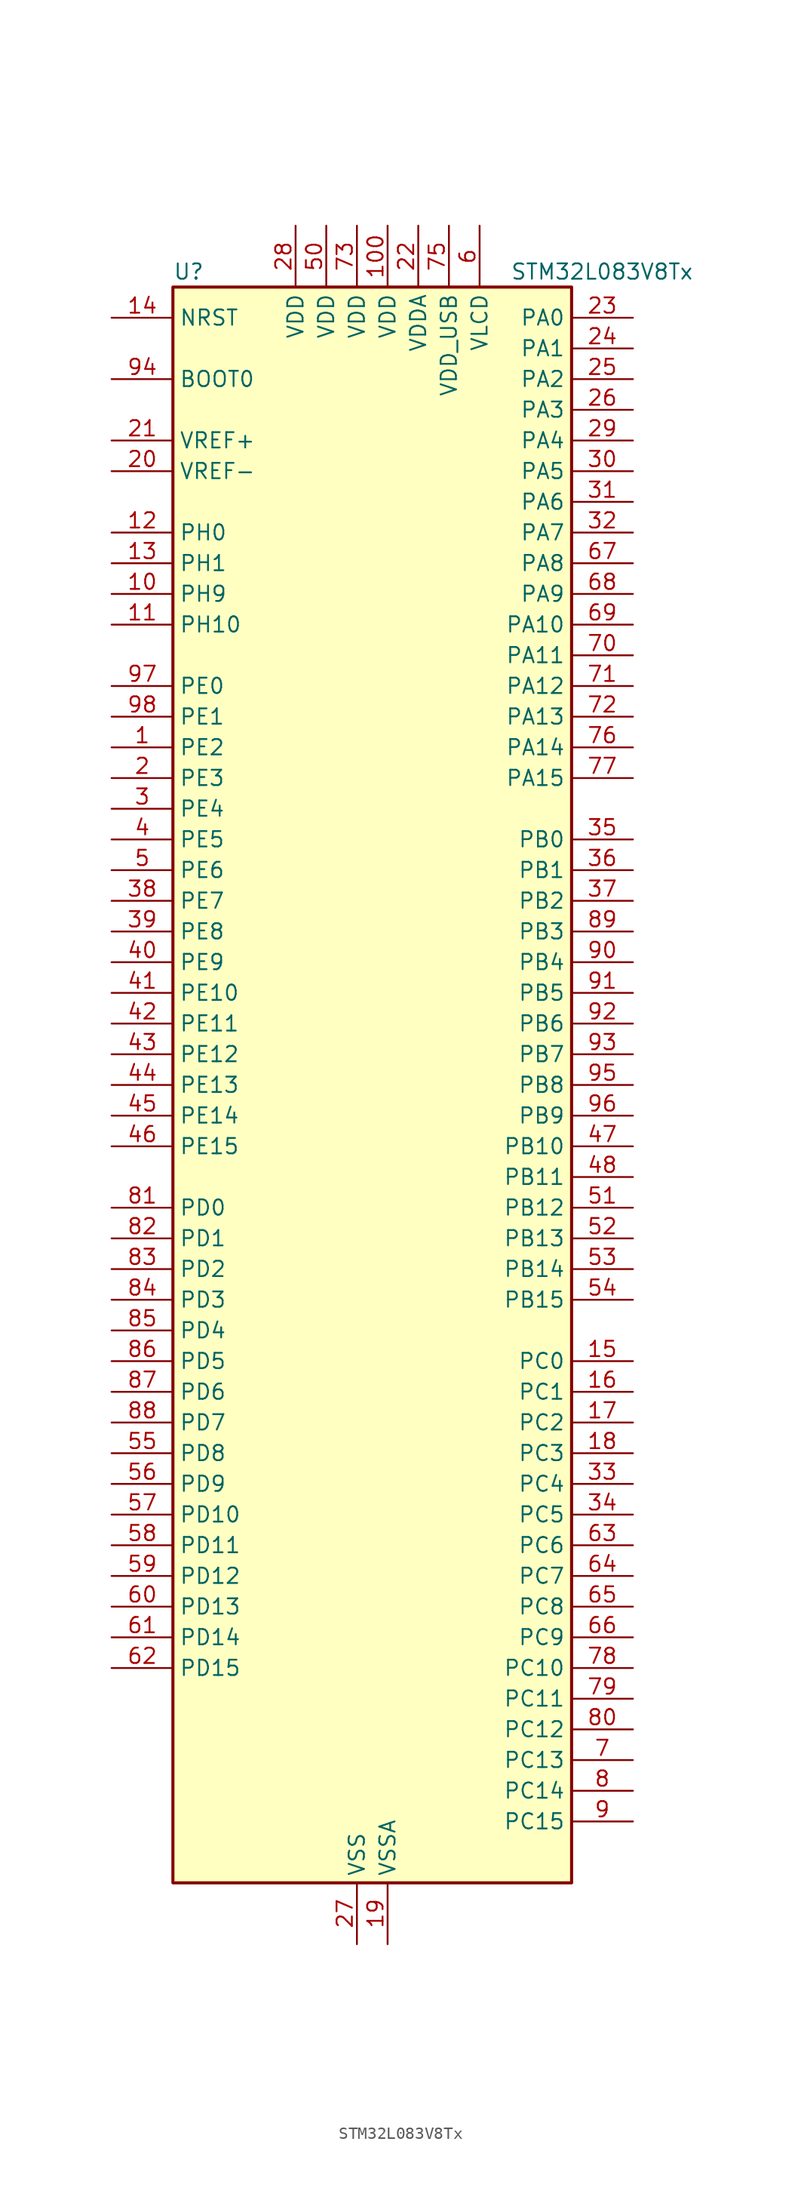
<source format=kicad_sym>
(kicad_symbol_lib
  (version 20231120)
  (generator "kicad_symbol_editor")
  (generator_version "8.0")
  (symbol "STM32L083V8Tx"
    (property "Reference" "U"
      (at -15.24 67.31 0)
      (effects (font (size 1.27 1.27)) (justify left)))
    (property "Value" "STM32L083V8Tx"
      (at 12.7 67.31 0)
      (effects (font (size 1.27 1.27)) (justify left)))
    (property "ki_locked" ""
      (at 0 0 0)
      (effects (font (size 1.27 1.27))))
    (symbol "STM32L083V8Tx_0_1"
      (rectangle (start -15.24 -66.04) (end 17.78 66.04) (stroke (width 0.254) (type default)) (fill (type background))))
    (symbol "STM32L083V8Tx_1_1"
      (pin bidirectional line (at -20.32 27.94 0) (length 5.08) (name "PE2" (effects (font (size 1.27 1.27)))) (number "1" (effects (font (size 1.27 1.27)))) (alternate "LCD_SEG38" bidirectional line) (alternate "TIM3_ETR" bidirectional line))
      (pin bidirectional line (at -20.32 40.64 0) (length 5.08) (name "PH9" (effects (font (size 1.27 1.27)))) (number "10" (effects (font (size 1.27 1.27)))) (alternate "DAC_EXTI9" bidirectional line))
      (pin power_in line (at 2.54 71.12 270) (length 5.08) (name "VDD" (effects (font (size 1.27 1.27)))) (number "100" (effects (font (size 1.27 1.27)))))
      (pin bidirectional line (at -20.32 38.1 0) (length 5.08) (name "PH10" (effects (font (size 1.27 1.27)))) (number "11" (effects (font (size 1.27 1.27)))))
      (pin bidirectional line (at -20.32 45.72 0) (length 5.08) (name "PH0" (effects (font (size 1.27 1.27)))) (number "12" (effects (font (size 1.27 1.27)))) (alternate "CRS_SYNC" bidirectional line) (alternate "RCC_OSC_IN" bidirectional line))
      (pin bidirectional line (at -20.32 43.18 0) (length 5.08) (name "PH1" (effects (font (size 1.27 1.27)))) (number "13" (effects (font (size 1.27 1.27)))) (alternate "RCC_OSC_OUT" bidirectional line))
      (pin input line (at -20.32 63.5 0) (length 5.08) (name "NRST" (effects (font (size 1.27 1.27)))) (number "14" (effects (font (size 1.27 1.27)))))
      (pin bidirectional line (at 22.86 -22.86 180) (length 5.08) (name "PC0" (effects (font (size 1.27 1.27)))) (number "15" (effects (font (size 1.27 1.27)))) (alternate "ADC_IN10" bidirectional line) (alternate "I2C3_SCL" bidirectional line) (alternate "LCD_SEG18" bidirectional line) (alternate "LPTIM1_IN1" bidirectional line) (alternate "LPUART1_RX" bidirectional line) (alternate "TSC_G7_IO1" bidirectional line))
      (pin bidirectional line (at 22.86 -25.4 180) (length 5.08) (name "PC1" (effects (font (size 1.27 1.27)))) (number "16" (effects (font (size 1.27 1.27)))) (alternate "ADC_IN11" bidirectional line) (alternate "I2C3_SDA" bidirectional line) (alternate "LCD_SEG19" bidirectional line) (alternate "LPTIM1_OUT" bidirectional line) (alternate "LPUART1_TX" bidirectional line) (alternate "TSC_G7_IO2" bidirectional line))
      (pin bidirectional line (at 22.86 -27.94 180) (length 5.08) (name "PC2" (effects (font (size 1.27 1.27)))) (number "17" (effects (font (size 1.27 1.27)))) (alternate "ADC_IN12" bidirectional line) (alternate "I2S2_MCK" bidirectional line) (alternate "LCD_SEG20" bidirectional line) (alternate "LPTIM1_IN2" bidirectional line) (alternate "SPI2_MISO" bidirectional line) (alternate "TSC_G7_IO3" bidirectional line))
      (pin bidirectional line (at 22.86 -30.48 180) (length 5.08) (name "PC3" (effects (font (size 1.27 1.27)))) (number "18" (effects (font (size 1.27 1.27)))) (alternate "ADC_IN13" bidirectional line) (alternate "I2S2_SD" bidirectional line) (alternate "LCD_SEG21" bidirectional line) (alternate "LPTIM1_ETR" bidirectional line) (alternate "SPI2_MOSI" bidirectional line) (alternate "TSC_G7_IO4" bidirectional line))
      (pin power_in line (at 2.54 -71.12 90) (length 5.08) (name "VSSA" (effects (font (size 1.27 1.27)))) (number "19" (effects (font (size 1.27 1.27)))))
      (pin bidirectional line (at -20.32 25.4 0) (length 5.08) (name "PE3" (effects (font (size 1.27 1.27)))) (number "2" (effects (font (size 1.27 1.27)))) (alternate "LCD_SEG39" bidirectional line) (alternate "TIM22_CH1" bidirectional line) (alternate "TIM3_CH1" bidirectional line))
      (pin input line (at -20.32 50.8 0) (length 5.08) (name "VREF-" (effects (font (size 1.27 1.27)))) (number "20" (effects (font (size 1.27 1.27)))))
      (pin input line (at -20.32 53.34 0) (length 5.08) (name "VREF+" (effects (font (size 1.27 1.27)))) (number "21" (effects (font (size 1.27 1.27)))))
      (pin power_in line (at 5.08 71.12 270) (length 5.08) (name "VDDA" (effects (font (size 1.27 1.27)))) (number "22" (effects (font (size 1.27 1.27)))))
      (pin bidirectional line (at 22.86 63.5 180) (length 5.08) (name "PA0" (effects (font (size 1.27 1.27)))) (number "23" (effects (font (size 1.27 1.27)))) (alternate "ADC_IN0" bidirectional line) (alternate "COMP1_INM" bidirectional line) (alternate "COMP1_OUT" bidirectional line) (alternate "RTC_TAMP2" bidirectional line) (alternate "SYS_WKUP1" bidirectional line) (alternate "TIM2_CH1" bidirectional line) (alternate "TIM2_ETR" bidirectional line) (alternate "TSC_G1_IO1" bidirectional line) (alternate "USART2_CTS" bidirectional line) (alternate "USART4_TX" bidirectional line))
      (pin bidirectional line (at 22.86 60.96 180) (length 5.08) (name "PA1" (effects (font (size 1.27 1.27)))) (number "24" (effects (font (size 1.27 1.27)))) (alternate "ADC_IN1" bidirectional line) (alternate "COMP1_INP" bidirectional line) (alternate "LCD_SEG0" bidirectional line) (alternate "TIM21_ETR" bidirectional line) (alternate "TIM2_CH2" bidirectional line) (alternate "TSC_G1_IO2" bidirectional line) (alternate "USART2_DE" bidirectional line) (alternate "USART2_RTS" bidirectional line) (alternate "USART4_RX" bidirectional line))
      (pin bidirectional line (at 22.86 58.42 180) (length 5.08) (name "PA2" (effects (font (size 1.27 1.27)))) (number "25" (effects (font (size 1.27 1.27)))) (alternate "ADC_IN2" bidirectional line) (alternate "COMP2_INM" bidirectional line) (alternate "COMP2_OUT" bidirectional line) (alternate "LCD_SEG1" bidirectional line) (alternate "LPUART1_TX" bidirectional line) (alternate "TIM21_CH1" bidirectional line) (alternate "TIM2_CH3" bidirectional line) (alternate "TSC_G1_IO3" bidirectional line) (alternate "USART2_TX" bidirectional line))
      (pin bidirectional line (at 22.86 55.88 180) (length 5.08) (name "PA3" (effects (font (size 1.27 1.27)))) (number "26" (effects (font (size 1.27 1.27)))) (alternate "ADC_IN3" bidirectional line) (alternate "COMP2_INP" bidirectional line) (alternate "LCD_SEG2" bidirectional line) (alternate "LPUART1_RX" bidirectional line) (alternate "TIM21_CH2" bidirectional line) (alternate "TIM2_CH4" bidirectional line) (alternate "TSC_G1_IO4" bidirectional line) (alternate "USART2_RX" bidirectional line))
      (pin power_in line (at 0 -71.12 90) (length 5.08) (name "VSS" (effects (font (size 1.27 1.27)))) (number "27" (effects (font (size 1.27 1.27)))))
      (pin power_in line (at -5.08 71.12 270) (length 5.08) (name "VDD" (effects (font (size 1.27 1.27)))) (number "28" (effects (font (size 1.27 1.27)))))
      (pin bidirectional line (at 22.86 53.34 180) (length 5.08) (name "PA4" (effects (font (size 1.27 1.27)))) (number "29" (effects (font (size 1.27 1.27)))) (alternate "ADC_IN4" bidirectional line) (alternate "COMP1_INM" bidirectional line) (alternate "COMP2_INM" bidirectional line) (alternate "DAC_OUT1" bidirectional line) (alternate "SPI1_NSS" bidirectional line) (alternate "TIM22_ETR" bidirectional line) (alternate "TSC_G2_IO1" bidirectional line) (alternate "USART2_CK" bidirectional line))
      (pin bidirectional line (at -20.32 22.86 0) (length 5.08) (name "PE4" (effects (font (size 1.27 1.27)))) (number "3" (effects (font (size 1.27 1.27)))) (alternate "TIM22_CH2" bidirectional line) (alternate "TIM3_CH2" bidirectional line))
      (pin bidirectional line (at 22.86 50.8 180) (length 5.08) (name "PA5" (effects (font (size 1.27 1.27)))) (number "30" (effects (font (size 1.27 1.27)))) (alternate "ADC_IN5" bidirectional line) (alternate "COMP1_INM" bidirectional line) (alternate "COMP2_INM" bidirectional line) (alternate "DAC_OUT2" bidirectional line) (alternate "SPI1_SCK" bidirectional line) (alternate "TIM2_CH1" bidirectional line) (alternate "TIM2_ETR" bidirectional line) (alternate "TSC_G2_IO2" bidirectional line))
      (pin bidirectional line (at 22.86 48.26 180) (length 5.08) (name "PA6" (effects (font (size 1.27 1.27)))) (number "31" (effects (font (size 1.27 1.27)))) (alternate "ADC_IN6" bidirectional line) (alternate "COMP1_OUT" bidirectional line) (alternate "LCD_SEG3" bidirectional line) (alternate "LPUART1_CTS" bidirectional line) (alternate "SPI1_MISO" bidirectional line) (alternate "TIM22_CH1" bidirectional line) (alternate "TIM3_CH1" bidirectional line) (alternate "TSC_G2_IO3" bidirectional line))
      (pin bidirectional line (at 22.86 45.72 180) (length 5.08) (name "PA7" (effects (font (size 1.27 1.27)))) (number "32" (effects (font (size 1.27 1.27)))) (alternate "ADC_IN7" bidirectional line) (alternate "COMP2_OUT" bidirectional line) (alternate "LCD_SEG4" bidirectional line) (alternate "SPI1_MOSI" bidirectional line) (alternate "TIM22_CH2" bidirectional line) (alternate "TIM3_CH2" bidirectional line) (alternate "TSC_G2_IO4" bidirectional line))
      (pin bidirectional line (at 22.86 -33.02 180) (length 5.08) (name "PC4" (effects (font (size 1.27 1.27)))) (number "33" (effects (font (size 1.27 1.27)))) (alternate "ADC_IN14" bidirectional line) (alternate "LCD_SEG22" bidirectional line) (alternate "LPUART1_TX" bidirectional line))
      (pin bidirectional line (at 22.86 -35.56 180) (length 5.08) (name "PC5" (effects (font (size 1.27 1.27)))) (number "34" (effects (font (size 1.27 1.27)))) (alternate "ADC_IN15" bidirectional line) (alternate "LCD_SEG23" bidirectional line) (alternate "LPUART1_RX" bidirectional line) (alternate "TSC_G3_IO1" bidirectional line))
      (pin bidirectional line (at 22.86 20.32 180) (length 5.08) (name "PB0" (effects (font (size 1.27 1.27)))) (number "35" (effects (font (size 1.27 1.27)))) (alternate "ADC_IN8" bidirectional line) (alternate "LCD_SEG5" bidirectional line) (alternate "LCD_VLCD3" bidirectional line) (alternate "SYS_VREF_OUT_PB0" bidirectional line) (alternate "TIM3_CH3" bidirectional line) (alternate "TSC_G3_IO2" bidirectional line))
      (pin bidirectional line (at 22.86 17.78 180) (length 5.08) (name "PB1" (effects (font (size 1.27 1.27)))) (number "36" (effects (font (size 1.27 1.27)))) (alternate "ADC_IN9" bidirectional line) (alternate "LCD_SEG6" bidirectional line) (alternate "LPUART1_DE" bidirectional line) (alternate "LPUART1_RTS" bidirectional line) (alternate "SYS_VREF_OUT_PB1" bidirectional line) (alternate "TIM3_CH4" bidirectional line) (alternate "TSC_G3_IO3" bidirectional line))
      (pin bidirectional line (at 22.86 15.24 180) (length 5.08) (name "PB2" (effects (font (size 1.27 1.27)))) (number "37" (effects (font (size 1.27 1.27)))) (alternate "I2C3_SMBA" bidirectional line) (alternate "LCD_VLCD2" bidirectional line) (alternate "LPTIM1_OUT" bidirectional line) (alternate "TSC_G3_IO4" bidirectional line))
      (pin bidirectional line (at -20.32 15.24 0) (length 5.08) (name "PE7" (effects (font (size 1.27 1.27)))) (number "38" (effects (font (size 1.27 1.27)))) (alternate "LCD_SEG45" bidirectional line) (alternate "USART5_CK" bidirectional line) (alternate "USART5_DE" bidirectional line) (alternate "USART5_RTS" bidirectional line))
      (pin bidirectional line (at -20.32 12.7 0) (length 5.08) (name "PE8" (effects (font (size 1.27 1.27)))) (number "39" (effects (font (size 1.27 1.27)))) (alternate "LCD_SEG46" bidirectional line) (alternate "USART4_TX" bidirectional line))
      (pin bidirectional line (at -20.32 20.32 0) (length 5.08) (name "PE5" (effects (font (size 1.27 1.27)))) (number "4" (effects (font (size 1.27 1.27)))) (alternate "TIM21_CH1" bidirectional line) (alternate "TIM3_CH3" bidirectional line))
      (pin bidirectional line (at -20.32 10.16 0) (length 5.08) (name "PE9" (effects (font (size 1.27 1.27)))) (number "40" (effects (font (size 1.27 1.27)))) (alternate "DAC_EXTI9" bidirectional line) (alternate "LCD_SEG47" bidirectional line) (alternate "TIM2_CH1" bidirectional line) (alternate "TIM2_ETR" bidirectional line) (alternate "USART4_RX" bidirectional line))
      (pin bidirectional line (at -20.32 7.62 0) (length 5.08) (name "PE10" (effects (font (size 1.27 1.27)))) (number "41" (effects (font (size 1.27 1.27)))) (alternate "LCD_SEG40" bidirectional line) (alternate "TIM2_CH2" bidirectional line) (alternate "USART5_TX" bidirectional line))
      (pin bidirectional line (at -20.32 5.08 0) (length 5.08) (name "PE11" (effects (font (size 1.27 1.27)))) (number "42" (effects (font (size 1.27 1.27)))) (alternate "ADC_EXTI11" bidirectional line) (alternate "LCD_VLCD1" bidirectional line) (alternate "TIM2_CH3" bidirectional line) (alternate "USART5_RX" bidirectional line))
      (pin bidirectional line (at -20.32 2.54 0) (length 5.08) (name "PE12" (effects (font (size 1.27 1.27)))) (number "43" (effects (font (size 1.27 1.27)))) (alternate "LCD_VLCD3" bidirectional line) (alternate "SPI1_NSS" bidirectional line) (alternate "TIM2_CH4" bidirectional line))
      (pin bidirectional line (at -20.32 0 0) (length 5.08) (name "PE13" (effects (font (size 1.27 1.27)))) (number "44" (effects (font (size 1.27 1.27)))) (alternate "LCD_SEG41" bidirectional line) (alternate "SPI1_SCK" bidirectional line))
      (pin bidirectional line (at -20.32 -2.54 0) (length 5.08) (name "PE14" (effects (font (size 1.27 1.27)))) (number "45" (effects (font (size 1.27 1.27)))) (alternate "LCD_SEG42" bidirectional line) (alternate "SPI1_MISO" bidirectional line))
      (pin bidirectional line (at -20.32 -5.08 0) (length 5.08) (name "PE15" (effects (font (size 1.27 1.27)))) (number "46" (effects (font (size 1.27 1.27)))) (alternate "LCD_SEG43" bidirectional line) (alternate "SPI1_MOSI" bidirectional line))
      (pin bidirectional line (at 22.86 -5.08 180) (length 5.08) (name "PB10" (effects (font (size 1.27 1.27)))) (number "47" (effects (font (size 1.27 1.27)))) (alternate "I2C2_SCL" bidirectional line) (alternate "LCD_SEG10" bidirectional line) (alternate "LPUART1_RX" bidirectional line) (alternate "LPUART1_TX" bidirectional line) (alternate "SPI2_SCK" bidirectional line) (alternate "TIM2_CH3" bidirectional line) (alternate "TSC_SYNC" bidirectional line))
      (pin bidirectional line (at 22.86 -7.62 180) (length 5.08) (name "PB11" (effects (font (size 1.27 1.27)))) (number "48" (effects (font (size 1.27 1.27)))) (alternate "ADC_EXTI11" bidirectional line) (alternate "I2C2_SDA" bidirectional line) (alternate "LCD_SEG11" bidirectional line) (alternate "LPUART1_RX" bidirectional line) (alternate "LPUART1_TX" bidirectional line) (alternate "TIM2_CH4" bidirectional line) (alternate "TSC_G6_IO1" bidirectional line))
      (pin passive line (at 0 -71.12 90) (length 5.08) hide (name "VSS" (effects (font (size 1.27 1.27)))) (number "49" (effects (font (size 1.27 1.27)))))
      (pin bidirectional line (at -20.32 17.78 0) (length 5.08) (name "PE6" (effects (font (size 1.27 1.27)))) (number "5" (effects (font (size 1.27 1.27)))) (alternate "RTC_TAMP3" bidirectional line) (alternate "SYS_WKUP3" bidirectional line) (alternate "TIM21_CH2" bidirectional line) (alternate "TIM3_CH4" bidirectional line))
      (pin power_in line (at -2.54 71.12 270) (length 5.08) (name "VDD" (effects (font (size 1.27 1.27)))) (number "50" (effects (font (size 1.27 1.27)))))
      (pin bidirectional line (at 22.86 -10.16 180) (length 5.08) (name "PB12" (effects (font (size 1.27 1.27)))) (number "51" (effects (font (size 1.27 1.27)))) (alternate "I2S2_WS" bidirectional line) (alternate "LCD_SEG12" bidirectional line) (alternate "LCD_VLCD2" bidirectional line) (alternate "LPUART1_DE" bidirectional line) (alternate "LPUART1_RTS" bidirectional line) (alternate "SPI2_NSS" bidirectional line) (alternate "TSC_G6_IO2" bidirectional line))
      (pin bidirectional line (at 22.86 -12.7 180) (length 5.08) (name "PB13" (effects (font (size 1.27 1.27)))) (number "52" (effects (font (size 1.27 1.27)))) (alternate "I2C2_SCL" bidirectional line) (alternate "I2S2_CK" bidirectional line) (alternate "LCD_SEG13" bidirectional line) (alternate "LPUART1_CTS" bidirectional line) (alternate "RCC_MCO" bidirectional line) (alternate "SPI2_SCK" bidirectional line) (alternate "TIM21_CH1" bidirectional line) (alternate "TSC_G6_IO3" bidirectional line))
      (pin bidirectional line (at 22.86 -15.24 180) (length 5.08) (name "PB14" (effects (font (size 1.27 1.27)))) (number "53" (effects (font (size 1.27 1.27)))) (alternate "I2C2_SDA" bidirectional line) (alternate "I2S2_MCK" bidirectional line) (alternate "LCD_SEG14" bidirectional line) (alternate "LPUART1_DE" bidirectional line) (alternate "LPUART1_RTS" bidirectional line) (alternate "RTC_OUT_ALARM" bidirectional line) (alternate "RTC_OUT_CALIB" bidirectional line) (alternate "SPI2_MISO" bidirectional line) (alternate "TIM21_CH2" bidirectional line) (alternate "TSC_G6_IO4" bidirectional line))
      (pin bidirectional line (at 22.86 -17.78 180) (length 5.08) (name "PB15" (effects (font (size 1.27 1.27)))) (number "54" (effects (font (size 1.27 1.27)))) (alternate "I2S2_SD" bidirectional line) (alternate "LCD_SEG15" bidirectional line) (alternate "RTC_REFIN" bidirectional line) (alternate "SPI2_MOSI" bidirectional line))
      (pin bidirectional line (at -20.32 -30.48 0) (length 5.08) (name "PD8" (effects (font (size 1.27 1.27)))) (number "55" (effects (font (size 1.27 1.27)))) (alternate "LCD_SEG28" bidirectional line) (alternate "LPUART1_TX" bidirectional line))
      (pin bidirectional line (at -20.32 -33.02 0) (length 5.08) (name "PD9" (effects (font (size 1.27 1.27)))) (number "56" (effects (font (size 1.27 1.27)))) (alternate "DAC_EXTI9" bidirectional line) (alternate "LCD_SEG29" bidirectional line) (alternate "LPUART1_RX" bidirectional line))
      (pin bidirectional line (at -20.32 -35.56 0) (length 5.08) (name "PD10" (effects (font (size 1.27 1.27)))) (number "57" (effects (font (size 1.27 1.27)))) (alternate "LCD_SEG30" bidirectional line))
      (pin bidirectional line (at -20.32 -38.1 0) (length 5.08) (name "PD11" (effects (font (size 1.27 1.27)))) (number "58" (effects (font (size 1.27 1.27)))) (alternate "ADC_EXTI11" bidirectional line) (alternate "LCD_SEG31" bidirectional line) (alternate "LPUART1_CTS" bidirectional line))
      (pin bidirectional line (at -20.32 -40.64 0) (length 5.08) (name "PD12" (effects (font (size 1.27 1.27)))) (number "59" (effects (font (size 1.27 1.27)))) (alternate "LCD_SEG32" bidirectional line) (alternate "LPUART1_DE" bidirectional line) (alternate "LPUART1_RTS" bidirectional line))
      (pin power_in line (at 10.16 71.12 270) (length 5.08) (name "VLCD" (effects (font (size 1.27 1.27)))) (number "6" (effects (font (size 1.27 1.27)))))
      (pin bidirectional line (at -20.32 -43.18 0) (length 5.08) (name "PD13" (effects (font (size 1.27 1.27)))) (number "60" (effects (font (size 1.27 1.27)))) (alternate "LCD_SEG33" bidirectional line))
      (pin bidirectional line (at -20.32 -45.72 0) (length 5.08) (name "PD14" (effects (font (size 1.27 1.27)))) (number "61" (effects (font (size 1.27 1.27)))) (alternate "LCD_SEG34" bidirectional line))
      (pin bidirectional line (at -20.32 -48.26 0) (length 5.08) (name "PD15" (effects (font (size 1.27 1.27)))) (number "62" (effects (font (size 1.27 1.27)))) (alternate "CRS_SYNC" bidirectional line) (alternate "LCD_SEG35" bidirectional line))
      (pin bidirectional line (at 22.86 -38.1 180) (length 5.08) (name "PC6" (effects (font (size 1.27 1.27)))) (number "63" (effects (font (size 1.27 1.27)))) (alternate "LCD_SEG24" bidirectional line) (alternate "TIM22_CH1" bidirectional line) (alternate "TIM3_CH1" bidirectional line) (alternate "TSC_G8_IO1" bidirectional line))
      (pin bidirectional line (at 22.86 -40.64 180) (length 5.08) (name "PC7" (effects (font (size 1.27 1.27)))) (number "64" (effects (font (size 1.27 1.27)))) (alternate "LCD_SEG25" bidirectional line) (alternate "TIM22_CH2" bidirectional line) (alternate "TIM3_CH2" bidirectional line) (alternate "TSC_G8_IO2" bidirectional line))
      (pin bidirectional line (at 22.86 -43.18 180) (length 5.08) (name "PC8" (effects (font (size 1.27 1.27)))) (number "65" (effects (font (size 1.27 1.27)))) (alternate "LCD_SEG26" bidirectional line) (alternate "TIM22_ETR" bidirectional line) (alternate "TIM3_CH3" bidirectional line) (alternate "TSC_G8_IO3" bidirectional line))
      (pin bidirectional line (at 22.86 -45.72 180) (length 5.08) (name "PC9" (effects (font (size 1.27 1.27)))) (number "66" (effects (font (size 1.27 1.27)))) (alternate "DAC_EXTI9" bidirectional line) (alternate "I2C3_SDA" bidirectional line) (alternate "LCD_SEG27" bidirectional line) (alternate "TIM21_ETR" bidirectional line) (alternate "TIM3_CH4" bidirectional line) (alternate "TSC_G8_IO4" bidirectional line) (alternate "USB_NOE" bidirectional line))
      (pin bidirectional line (at 22.86 43.18 180) (length 5.08) (name "PA8" (effects (font (size 1.27 1.27)))) (number "67" (effects (font (size 1.27 1.27)))) (alternate "CRS_SYNC" bidirectional line) (alternate "I2C3_SCL" bidirectional line) (alternate "LCD_COM0" bidirectional line) (alternate "RCC_MCO" bidirectional line) (alternate "USART1_CK" bidirectional line))
      (pin bidirectional line (at 22.86 40.64 180) (length 5.08) (name "PA9" (effects (font (size 1.27 1.27)))) (number "68" (effects (font (size 1.27 1.27)))) (alternate "DAC_EXTI9" bidirectional line) (alternate "I2C1_SCL" bidirectional line) (alternate "I2C3_SMBA" bidirectional line) (alternate "LCD_COM1" bidirectional line) (alternate "RCC_MCO" bidirectional line) (alternate "TSC_G4_IO1" bidirectional line) (alternate "USART1_TX" bidirectional line))
      (pin bidirectional line (at 22.86 38.1 180) (length 5.08) (name "PA10" (effects (font (size 1.27 1.27)))) (number "69" (effects (font (size 1.27 1.27)))) (alternate "I2C1_SDA" bidirectional line) (alternate "LCD_COM2" bidirectional line) (alternate "TSC_G4_IO2" bidirectional line) (alternate "USART1_RX" bidirectional line))
      (pin bidirectional line (at 22.86 -55.88 180) (length 5.08) (name "PC13" (effects (font (size 1.27 1.27)))) (number "7" (effects (font (size 1.27 1.27)))) (alternate "RTC_OUT_ALARM" bidirectional line) (alternate "RTC_OUT_CALIB" bidirectional line) (alternate "RTC_TAMP1" bidirectional line) (alternate "RTC_TS" bidirectional line) (alternate "SYS_WKUP2" bidirectional line))
      (pin bidirectional line (at 22.86 35.56 180) (length 5.08) (name "PA11" (effects (font (size 1.27 1.27)))) (number "70" (effects (font (size 1.27 1.27)))) (alternate "ADC_EXTI11" bidirectional line) (alternate "COMP1_OUT" bidirectional line) (alternate "SPI1_MISO" bidirectional line) (alternate "TSC_G4_IO3" bidirectional line) (alternate "USART1_CTS" bidirectional line) (alternate "USB_DM" bidirectional line))
      (pin bidirectional line (at 22.86 33.02 180) (length 5.08) (name "PA12" (effects (font (size 1.27 1.27)))) (number "71" (effects (font (size 1.27 1.27)))) (alternate "COMP2_OUT" bidirectional line) (alternate "SPI1_MOSI" bidirectional line) (alternate "TSC_G4_IO4" bidirectional line) (alternate "USART1_DE" bidirectional line) (alternate "USART1_RTS" bidirectional line) (alternate "USB_DP" bidirectional line))
      (pin bidirectional line (at 22.86 30.48 180) (length 5.08) (name "PA13" (effects (font (size 1.27 1.27)))) (number "72" (effects (font (size 1.27 1.27)))) (alternate "LPUART1_RX" bidirectional line) (alternate "SYS_SWDIO" bidirectional line) (alternate "USB_NOE" bidirectional line))
      (pin power_in line (at 0 71.12 270) (length 5.08) (name "VDD" (effects (font (size 1.27 1.27)))) (number "73" (effects (font (size 1.27 1.27)))))
      (pin passive line (at 0 -71.12 90) (length 5.08) hide (name "VSS" (effects (font (size 1.27 1.27)))) (number "74" (effects (font (size 1.27 1.27)))))
      (pin power_in line (at 7.62 71.12 270) (length 5.08) (name "VDD_USB" (effects (font (size 1.27 1.27)))) (number "75" (effects (font (size 1.27 1.27)))))
      (pin bidirectional line (at 22.86 27.94 180) (length 5.08) (name "PA14" (effects (font (size 1.27 1.27)))) (number "76" (effects (font (size 1.27 1.27)))) (alternate "LPUART1_TX" bidirectional line) (alternate "SYS_SWCLK" bidirectional line) (alternate "USART2_TX" bidirectional line))
      (pin bidirectional line (at 22.86 25.4 180) (length 5.08) (name "PA15" (effects (font (size 1.27 1.27)))) (number "77" (effects (font (size 1.27 1.27)))) (alternate "LCD_SEG17" bidirectional line) (alternate "SPI1_NSS" bidirectional line) (alternate "TIM2_CH1" bidirectional line) (alternate "TIM2_ETR" bidirectional line) (alternate "USART2_RX" bidirectional line) (alternate "USART4_DE" bidirectional line) (alternate "USART4_RTS" bidirectional line))
      (pin bidirectional line (at 22.86 -48.26 180) (length 5.08) (name "PC10" (effects (font (size 1.27 1.27)))) (number "78" (effects (font (size 1.27 1.27)))) (alternate "LCD_COM4" bidirectional line) (alternate "LCD_SEG28" bidirectional line) (alternate "LCD_SEG48" bidirectional line) (alternate "LPUART1_TX" bidirectional line) (alternate "USART4_TX" bidirectional line))
      (pin bidirectional line (at 22.86 -50.8 180) (length 5.08) (name "PC11" (effects (font (size 1.27 1.27)))) (number "79" (effects (font (size 1.27 1.27)))) (alternate "ADC_EXTI11" bidirectional line) (alternate "LCD_COM5" bidirectional line) (alternate "LCD_SEG29" bidirectional line) (alternate "LCD_SEG49" bidirectional line) (alternate "LPUART1_RX" bidirectional line) (alternate "USART4_RX" bidirectional line))
      (pin bidirectional line (at 22.86 -58.42 180) (length 5.08) (name "PC14" (effects (font (size 1.27 1.27)))) (number "8" (effects (font (size 1.27 1.27)))) (alternate "RCC_OSC32_IN" bidirectional line))
      (pin bidirectional line (at 22.86 -53.34 180) (length 5.08) (name "PC12" (effects (font (size 1.27 1.27)))) (number "80" (effects (font (size 1.27 1.27)))) (alternate "LCD_COM6" bidirectional line) (alternate "LCD_SEG30" bidirectional line) (alternate "LCD_SEG50" bidirectional line) (alternate "USART4_CK" bidirectional line) (alternate "USART5_TX" bidirectional line))
      (pin bidirectional line (at -20.32 -10.16 0) (length 5.08) (name "PD0" (effects (font (size 1.27 1.27)))) (number "81" (effects (font (size 1.27 1.27)))) (alternate "I2S2_WS" bidirectional line) (alternate "SPI2_NSS" bidirectional line) (alternate "TIM21_CH1" bidirectional line))
      (pin bidirectional line (at -20.32 -12.7 0) (length 5.08) (name "PD1" (effects (font (size 1.27 1.27)))) (number "82" (effects (font (size 1.27 1.27)))) (alternate "I2S2_CK" bidirectional line) (alternate "SPI2_SCK" bidirectional line))
      (pin bidirectional line (at -20.32 -15.24 0) (length 5.08) (name "PD2" (effects (font (size 1.27 1.27)))) (number "83" (effects (font (size 1.27 1.27)))) (alternate "LCD_COM7" bidirectional line) (alternate "LCD_SEG31" bidirectional line) (alternate "LCD_SEG51" bidirectional line) (alternate "LPUART1_DE" bidirectional line) (alternate "LPUART1_RTS" bidirectional line) (alternate "TIM3_ETR" bidirectional line) (alternate "USART5_RX" bidirectional line))
      (pin bidirectional line (at -20.32 -17.78 0) (length 5.08) (name "PD3" (effects (font (size 1.27 1.27)))) (number "84" (effects (font (size 1.27 1.27)))) (alternate "I2S2_MCK" bidirectional line) (alternate "LCD_SEG44" bidirectional line) (alternate "SPI2_MISO" bidirectional line) (alternate "USART2_CTS" bidirectional line))
      (pin bidirectional line (at -20.32 -20.32 0) (length 5.08) (name "PD4" (effects (font (size 1.27 1.27)))) (number "85" (effects (font (size 1.27 1.27)))) (alternate "I2S2_SD" bidirectional line) (alternate "SPI2_MOSI" bidirectional line) (alternate "USART2_DE" bidirectional line) (alternate "USART2_RTS" bidirectional line))
      (pin bidirectional line (at -20.32 -22.86 0) (length 5.08) (name "PD5" (effects (font (size 1.27 1.27)))) (number "86" (effects (font (size 1.27 1.27)))) (alternate "USART2_TX" bidirectional line))
      (pin bidirectional line (at -20.32 -25.4 0) (length 5.08) (name "PD6" (effects (font (size 1.27 1.27)))) (number "87" (effects (font (size 1.27 1.27)))) (alternate "USART2_RX" bidirectional line))
      (pin bidirectional line (at -20.32 -27.94 0) (length 5.08) (name "PD7" (effects (font (size 1.27 1.27)))) (number "88" (effects (font (size 1.27 1.27)))) (alternate "TIM21_CH2" bidirectional line) (alternate "USART2_CK" bidirectional line))
      (pin bidirectional line (at 22.86 12.7 180) (length 5.08) (name "PB3" (effects (font (size 1.27 1.27)))) (number "89" (effects (font (size 1.27 1.27)))) (alternate "COMP2_INM" bidirectional line) (alternate "LCD_SEG7" bidirectional line) (alternate "SPI1_SCK" bidirectional line) (alternate "TIM2_CH2" bidirectional line) (alternate "TSC_G5_IO1" bidirectional line) (alternate "USART1_DE" bidirectional line) (alternate "USART1_RTS" bidirectional line) (alternate "USART5_TX" bidirectional line))
      (pin bidirectional line (at 22.86 -60.96 180) (length 5.08) (name "PC15" (effects (font (size 1.27 1.27)))) (number "9" (effects (font (size 1.27 1.27)))) (alternate "RCC_OSC32_OUT" bidirectional line))
      (pin bidirectional line (at 22.86 10.16 180) (length 5.08) (name "PB4" (effects (font (size 1.27 1.27)))) (number "90" (effects (font (size 1.27 1.27)))) (alternate "COMP2_INP" bidirectional line) (alternate "I2C3_SDA" bidirectional line) (alternate "LCD_SEG8" bidirectional line) (alternate "SPI1_MISO" bidirectional line) (alternate "TIM22_CH1" bidirectional line) (alternate "TIM3_CH1" bidirectional line) (alternate "TSC_G5_IO2" bidirectional line) (alternate "USART1_CTS" bidirectional line) (alternate "USART5_RX" bidirectional line))
      (pin bidirectional line (at 22.86 7.62 180) (length 5.08) (name "PB5" (effects (font (size 1.27 1.27)))) (number "91" (effects (font (size 1.27 1.27)))) (alternate "COMP2_INP" bidirectional line) (alternate "I2C1_SMBA" bidirectional line) (alternate "LCD_SEG9" bidirectional line) (alternate "LPTIM1_IN1" bidirectional line) (alternate "SPI1_MOSI" bidirectional line) (alternate "TIM22_CH2" bidirectional line) (alternate "TIM3_CH2" bidirectional line) (alternate "USART1_CK" bidirectional line) (alternate "USART5_CK" bidirectional line) (alternate "USART5_DE" bidirectional line) (alternate "USART5_RTS" bidirectional line))
      (pin bidirectional line (at 22.86 5.08 180) (length 5.08) (name "PB6" (effects (font (size 1.27 1.27)))) (number "92" (effects (font (size 1.27 1.27)))) (alternate "COMP2_INP" bidirectional line) (alternate "I2C1_SCL" bidirectional line) (alternate "LPTIM1_ETR" bidirectional line) (alternate "TSC_G5_IO3" bidirectional line) (alternate "USART1_TX" bidirectional line))
      (pin bidirectional line (at 22.86 2.54 180) (length 5.08) (name "PB7" (effects (font (size 1.27 1.27)))) (number "93" (effects (font (size 1.27 1.27)))) (alternate "COMP2_INP" bidirectional line) (alternate "I2C1_SDA" bidirectional line) (alternate "LPTIM1_IN2" bidirectional line) (alternate "SYS_PVD_IN" bidirectional line) (alternate "TSC_G5_IO4" bidirectional line) (alternate "USART1_RX" bidirectional line) (alternate "USART4_CTS" bidirectional line))
      (pin input line (at -20.32 58.42 0) (length 5.08) (name "BOOT0" (effects (font (size 1.27 1.27)))) (number "94" (effects (font (size 1.27 1.27)))))
      (pin bidirectional line (at 22.86 0 180) (length 5.08) (name "PB8" (effects (font (size 1.27 1.27)))) (number "95" (effects (font (size 1.27 1.27)))) (alternate "I2C1_SCL" bidirectional line) (alternate "LCD_SEG16" bidirectional line) (alternate "TSC_SYNC" bidirectional line))
      (pin bidirectional line (at 22.86 -2.54 180) (length 5.08) (name "PB9" (effects (font (size 1.27 1.27)))) (number "96" (effects (font (size 1.27 1.27)))) (alternate "DAC_EXTI9" bidirectional line) (alternate "I2C1_SDA" bidirectional line) (alternate "I2S2_WS" bidirectional line) (alternate "LCD_COM3" bidirectional line) (alternate "SPI2_NSS" bidirectional line))
      (pin bidirectional line (at -20.32 33.02 0) (length 5.08) (name "PE0" (effects (font (size 1.27 1.27)))) (number "97" (effects (font (size 1.27 1.27)))) (alternate "LCD_SEG36" bidirectional line))
      (pin bidirectional line (at -20.32 30.48 0) (length 5.08) (name "PE1" (effects (font (size 1.27 1.27)))) (number "98" (effects (font (size 1.27 1.27)))) (alternate "LCD_SEG37" bidirectional line))
      (pin passive line (at 0 -71.12 90) (length 5.08) hide (name "VSS" (effects (font (size 1.27 1.27)))) (number "99" (effects (font (size 1.27 1.27))))))))
</source>
